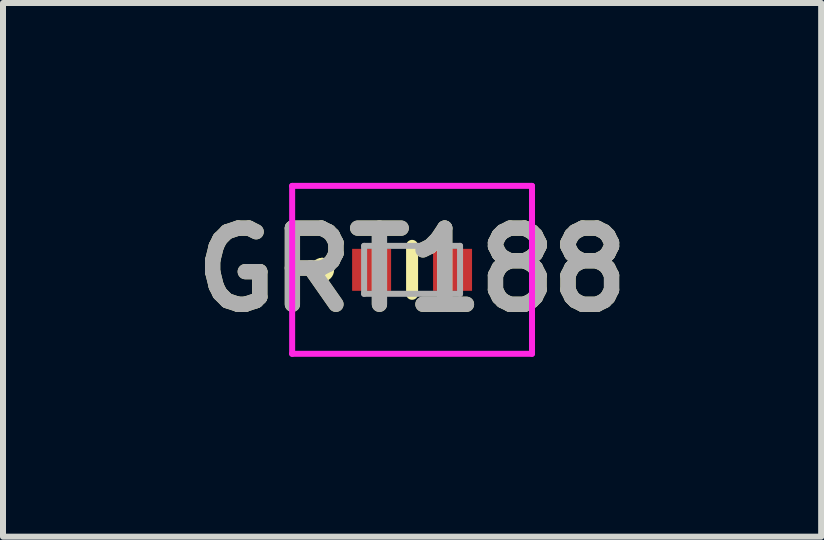
<source format=kicad_pcb>
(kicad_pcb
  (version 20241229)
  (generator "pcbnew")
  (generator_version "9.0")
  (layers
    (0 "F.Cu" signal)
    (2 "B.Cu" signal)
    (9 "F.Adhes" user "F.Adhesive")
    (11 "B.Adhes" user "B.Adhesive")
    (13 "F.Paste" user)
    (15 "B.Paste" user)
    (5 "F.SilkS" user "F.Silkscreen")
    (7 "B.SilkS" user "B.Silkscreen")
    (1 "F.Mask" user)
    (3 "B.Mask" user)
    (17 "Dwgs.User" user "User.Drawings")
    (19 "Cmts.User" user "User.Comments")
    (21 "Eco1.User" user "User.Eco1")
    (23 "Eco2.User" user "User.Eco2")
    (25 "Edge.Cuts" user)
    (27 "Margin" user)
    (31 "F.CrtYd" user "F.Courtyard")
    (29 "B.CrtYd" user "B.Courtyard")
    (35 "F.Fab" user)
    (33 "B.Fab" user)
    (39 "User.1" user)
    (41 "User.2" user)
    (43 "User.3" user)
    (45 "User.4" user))
  (footprint "GRT188"
    (layer "F.Cu")
    (at 3.822 1.45)
    (property "Reference" "GRT188" (at 0 0 0) (layer "F.SilkS") (effects (font (size 1.27 1.27) (thickness 0.254))))
    (attr smd)
    (fp_line (start -1.5 -0.1) (end -1.5 -0.1) (stroke (width 0.2) (type solid)) (layer "F.SilkS"))
    (fp_line (start -1.5 0.1) (end -1.5 0.1) (stroke (width 0.2) (type solid)) (layer "F.SilkS"))
    (fp_line (start 0 -0.4) (end 0 0.4) (stroke (width 0.2) (type solid)) (layer "F.SilkS"))
    (fp_arc (start -1.5 -0.1) (mid -1.4 0) (end -1.5 0.1) (stroke (width 0.2) (type solid)) (layer "F.SilkS"))
    (fp_arc (start -1.5 0.1) (mid -1.6 0) (end -1.5 -0.1) (stroke (width 0.2) (type solid)) (layer "F.SilkS"))
    (fp_line (start -2 -1.4) (end 2 -1.4) (stroke (width 0.1) (type solid)) (layer "F.CrtYd"))
    (fp_line (start -2 1.4) (end -2 -1.4) (stroke (width 0.1) (type solid)) (layer "F.CrtYd"))
    (fp_line (start 2 -1.4) (end 2 1.4) (stroke (width 0.1) (type solid)) (layer "F.CrtYd"))
    (fp_line (start 2 1.4) (end -2 1.4) (stroke (width 0.1) (type solid)) (layer "F.CrtYd"))
    (fp_line (start -0.8 -0.4) (end 0.8 -0.4) (stroke (width 0.1) (type solid)) (layer "F.Fab"))
    (fp_line (start -0.8 0.4) (end -0.8 -0.4) (stroke (width 0.1) (type solid)) (layer "F.Fab"))
    (fp_line (start 0.8 -0.4) (end 0.8 0.4) (stroke (width 0.1) (type solid)) (layer "F.Fab"))
    (fp_line (start 0.8 0.4) (end -0.8 0.4) (stroke (width 0.1) (type solid)) (layer "F.Fab"))
    (fp_text user "${REFERENCE}" (at 0 0 0) (layer "F.Fab") (effects (font (size 1.27 1.27) (thickness 0.254))))
    (pad "1" smd rect (at -0.675 0) (size 0.65 0.7) (layers "F.Cu" "F.Mask" "F.Paste"))
    (pad "2" smd rect (at 0.675 0) (size 0.65 0.7) (layers "F.Cu" "F.Mask" "F.Paste")))
  (gr_rect
    (start -3 -3)
    (end 10.644 5.9)
    (stroke (width 0.1) (type default))
    (fill no)
    (layer "Edge.Cuts")))
</source>
